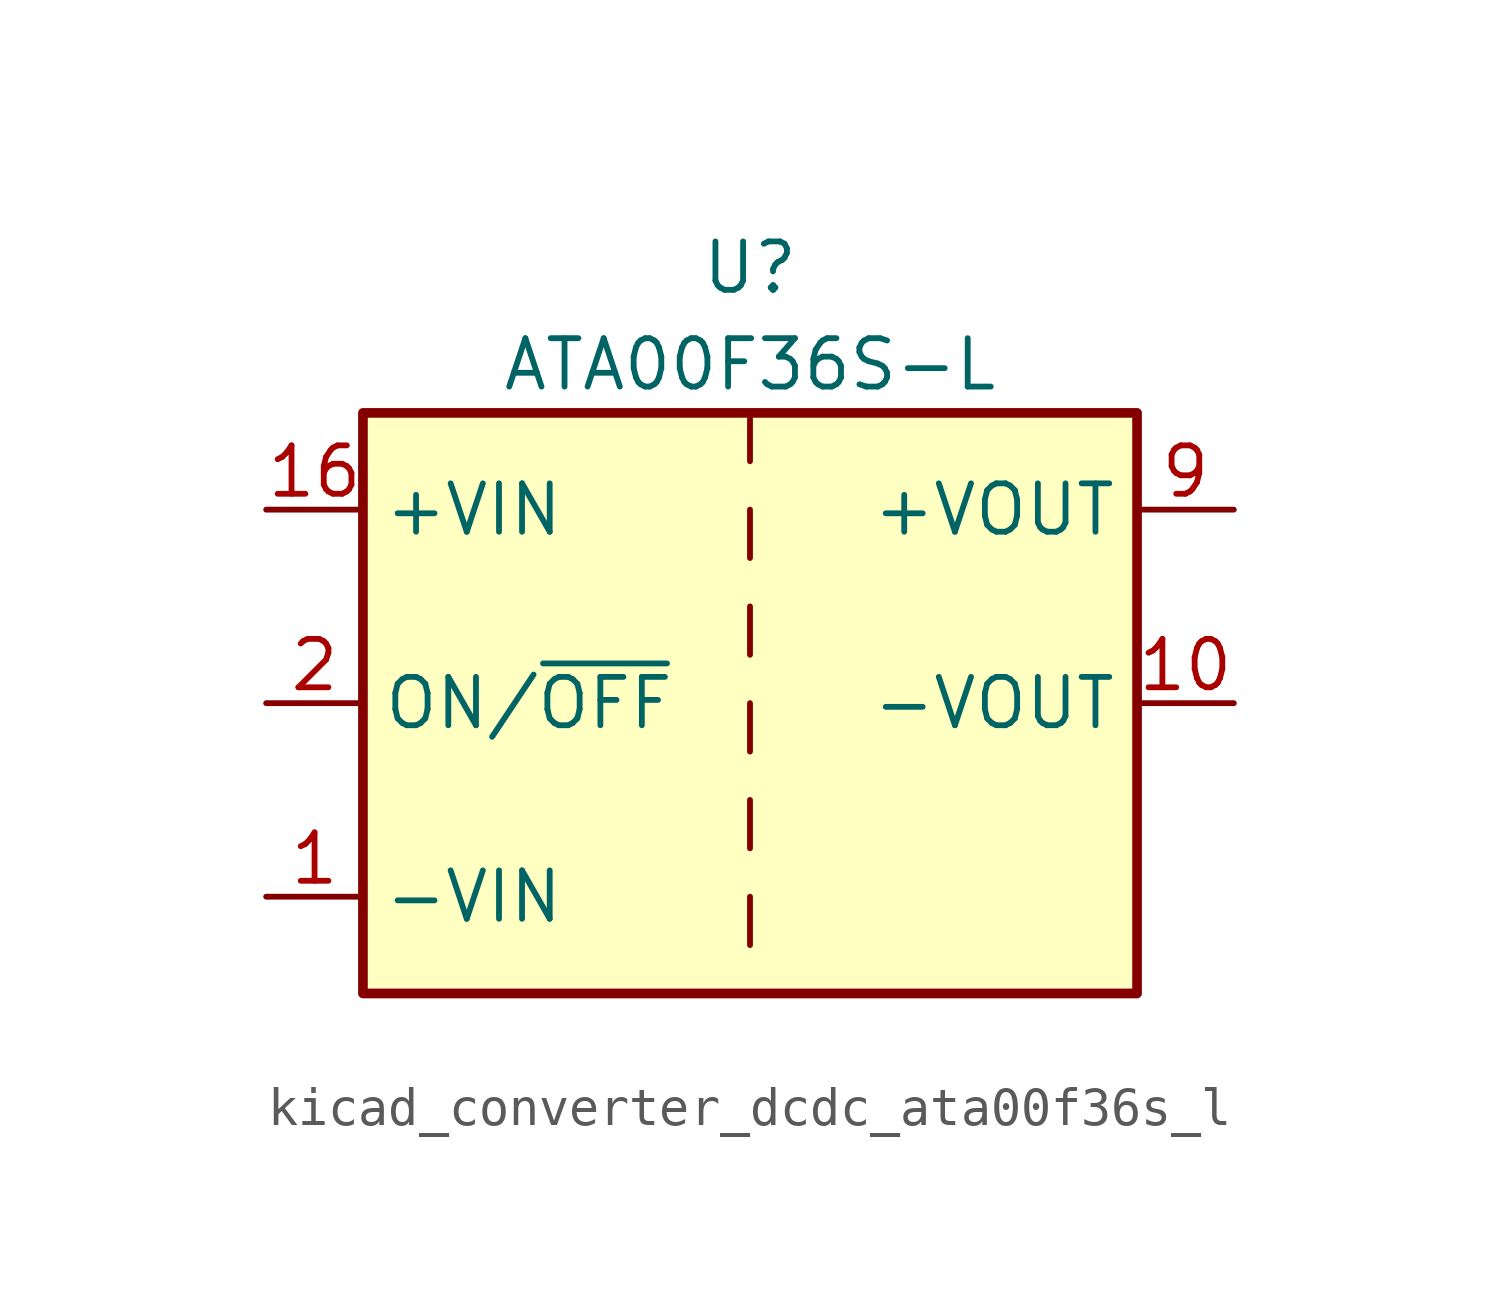
<source format=kicad_sym>
(kicad_symbol_lib
  (version 20220914)
  (generator kicad_symbol_editor)
  (symbol "kicad_converter_dcdc_ata00f36s_l"
    (property "Reference" "U"
      (at 0 11.43 0)
      (effects (font (size 1.27 1.27))))
    (property "Value" "ATA00F36S-L"
      (at 0 8.89 0)
      (effects (font (size 1.27 1.27))))
    (symbol "kicad_converter_dcdc_ata00f36s_l_0_1"
      (rectangle (start -10.16 7.62) (end 10.16 -7.62) (stroke (width 0.254) (type default)) (fill (type background)))
      (polyline (pts (xy 0 -5.08) (xy 0 -6.35)) (stroke (width 0) (type default)) (fill (type none)))
      (polyline (pts (xy 0 -2.54) (xy 0 -3.81)) (stroke (width 0) (type default)) (fill (type none)))
      (polyline (pts (xy 0 0) (xy 0 -1.27)) (stroke (width 0) (type default)) (fill (type none)))
      (polyline (pts (xy 0 2.54) (xy 0 1.27)) (stroke (width 0) (type default)) (fill (type none)))
      (polyline (pts (xy 0 5.08) (xy 0 3.81)) (stroke (width 0) (type default)) (fill (type none)))
      (polyline (pts (xy 0 7.62) (xy 0 6.35)) (stroke (width 0) (type default)) (fill (type none))))
    (symbol "kicad_converter_dcdc_ata00f36s_l_1_1"
      (pin power_in line (at -12.7 -5.08 0) (length 2.54) (name "-VIN" (effects (font (size 1.27 1.27)))) (number "1" (effects (font (size 1.27 1.27)))))
      (pin power_out line (at 12.7 0 180) (length 2.54) (name "-VOUT" (effects (font (size 1.27 1.27)))) (number "10" (effects (font (size 1.27 1.27)))))
      (pin power_in line (at -12.7 5.08 0) (length 2.54) (name "+VIN" (effects (font (size 1.27 1.27)))) (number "16" (effects (font (size 1.27 1.27)))))
      (pin input line (at -12.7 0 0) (length 2.54) (name "ON/~{OFF}" (effects (font (size 1.27 1.27)))) (number "2" (effects (font (size 1.27 1.27)))))
      (pin no_connect line (at 10.16 -2.54 180) (length 2.54) hide (name "NC" (effects (font (size 1.27 1.27)))) (number "7" (effects (font (size 1.27 1.27)))))
      (pin no_connect line (at 10.16 -5.08 180) (length 2.54) hide (name "NC" (effects (font (size 1.27 1.27)))) (number "8" (effects (font (size 1.27 1.27)))))
      (pin power_out line (at 12.7 5.08 180) (length 2.54) (name "+VOUT" (effects (font (size 1.27 1.27)))) (number "9" (effects (font (size 1.27 1.27))))))))
</source>
